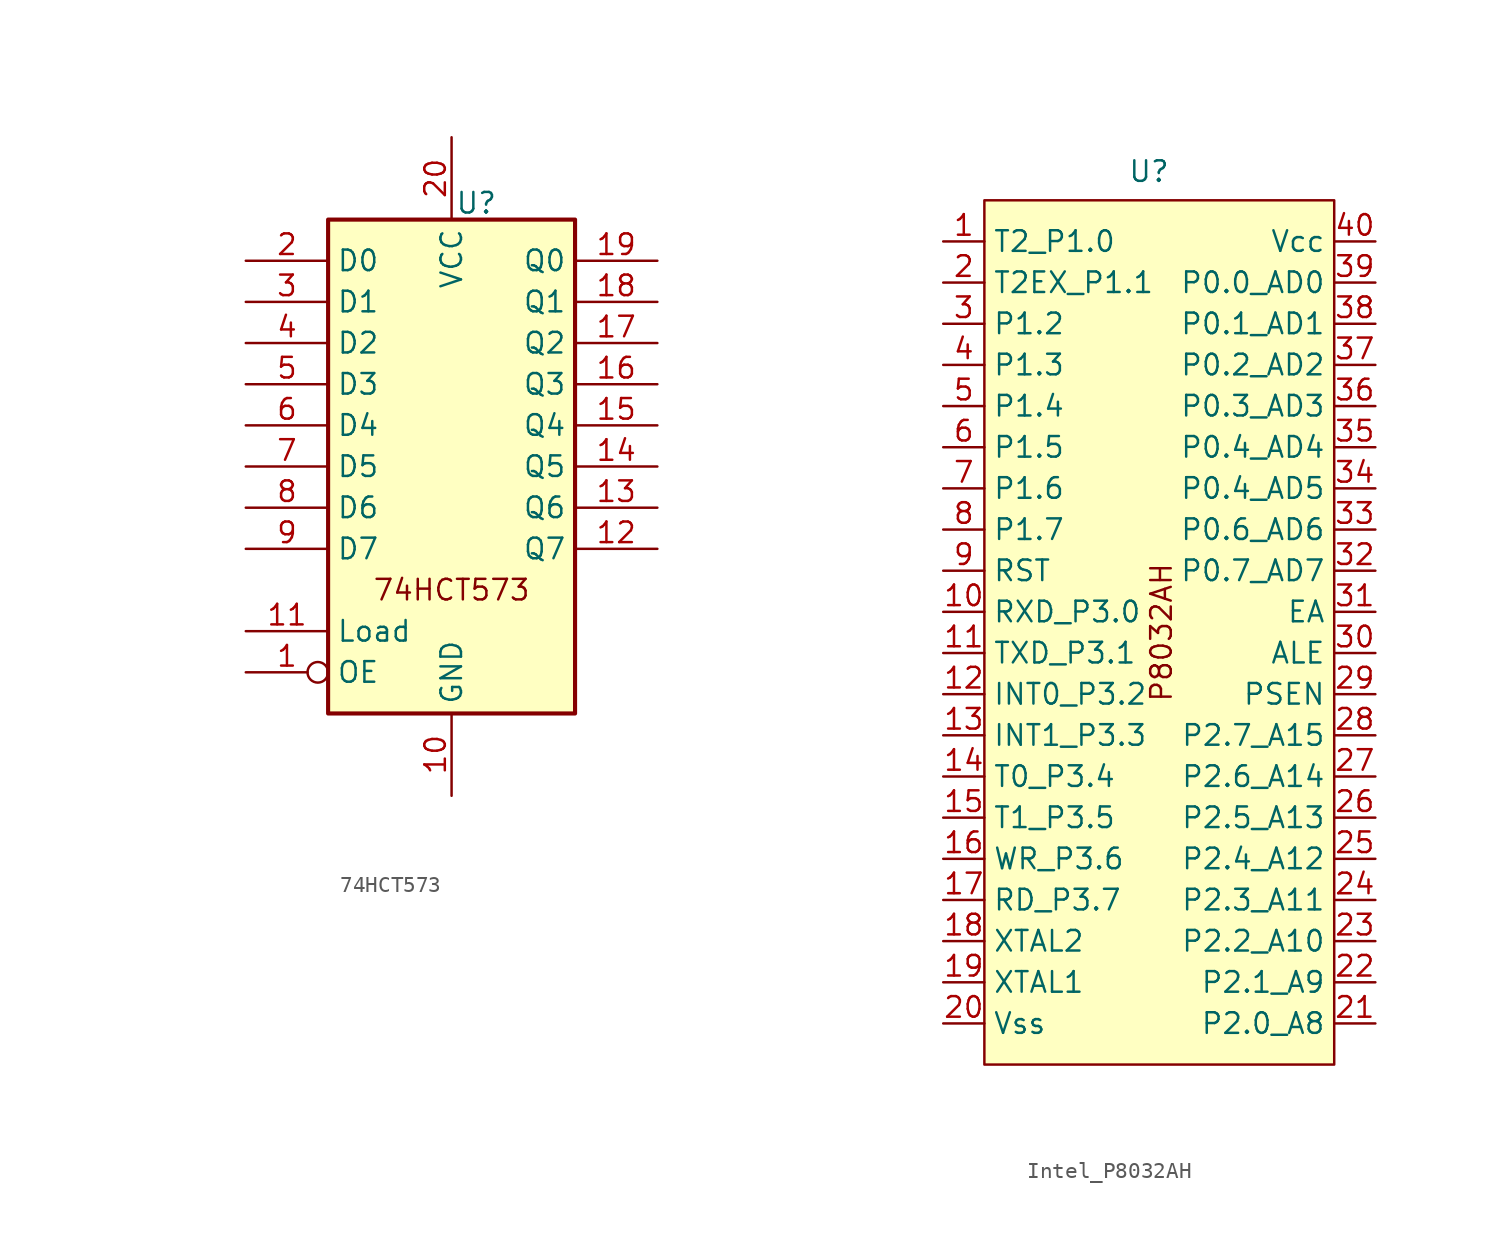
<source format=kicad_sym>
(kicad_symbol_lib
  (version 20231120)
  (generator "kicad_symbol_editor")
  (generator_version "8.0")
  (symbol "74HCT573"
    (property "Reference" "U"
      (at 1.524 16.256 0)
      (effects (font (size 1.27 1.27))))
    (property "Value" ""
      (at -20.32 11.43 0)
      (effects (font (size 1.27 1.27))))
    (symbol "74HCT573_1_0"
      (pin input inverted (at -12.7 -12.7 0) (length 5.08) (name "OE" (effects (font (size 1.27 1.27)))) (number "1" (effects (font (size 1.27 1.27)))))
      (pin power_in line (at 0 -20.32 90) (length 5.08) (name "GND" (effects (font (size 1.27 1.27)))) (number "10" (effects (font (size 1.27 1.27)))))
      (pin input line (at -12.7 -10.16 0) (length 5.08) (name "Load" (effects (font (size 1.27 1.27)))) (number "11" (effects (font (size 1.27 1.27)))))
      (pin tri_state line (at 12.7 -5.08 180) (length 5.08) (name "Q7" (effects (font (size 1.27 1.27)))) (number "12" (effects (font (size 1.27 1.27)))))
      (pin tri_state line (at 12.7 -2.54 180) (length 5.08) (name "Q6" (effects (font (size 1.27 1.27)))) (number "13" (effects (font (size 1.27 1.27)))))
      (pin tri_state line (at 12.7 0 180) (length 5.08) (name "Q5" (effects (font (size 1.27 1.27)))) (number "14" (effects (font (size 1.27 1.27)))))
      (pin tri_state line (at 12.7 2.54 180) (length 5.08) (name "Q4" (effects (font (size 1.27 1.27)))) (number "15" (effects (font (size 1.27 1.27)))))
      (pin tri_state line (at 12.7 5.08 180) (length 5.08) (name "Q3" (effects (font (size 1.27 1.27)))) (number "16" (effects (font (size 1.27 1.27)))))
      (pin tri_state line (at 12.7 7.62 180) (length 5.08) (name "Q2" (effects (font (size 1.27 1.27)))) (number "17" (effects (font (size 1.27 1.27)))))
      (pin tri_state line (at 12.7 10.16 180) (length 5.08) (name "Q1" (effects (font (size 1.27 1.27)))) (number "18" (effects (font (size 1.27 1.27)))))
      (pin tri_state line (at 12.7 12.7 180) (length 5.08) (name "Q0" (effects (font (size 1.27 1.27)))) (number "19" (effects (font (size 1.27 1.27)))))
      (pin input line (at -12.7 12.7 0) (length 5.08) (name "D0" (effects (font (size 1.27 1.27)))) (number "2" (effects (font (size 1.27 1.27)))))
      (pin power_in line (at 0 20.32 270) (length 5.08) (name "VCC" (effects (font (size 1.27 1.27)))) (number "20" (effects (font (size 1.27 1.27)))))
      (pin input line (at -12.7 10.16 0) (length 5.08) (name "D1" (effects (font (size 1.27 1.27)))) (number "3" (effects (font (size 1.27 1.27)))))
      (pin input line (at -12.7 7.62 0) (length 5.08) (name "D2" (effects (font (size 1.27 1.27)))) (number "4" (effects (font (size 1.27 1.27)))))
      (pin input line (at -12.7 5.08 0) (length 5.08) (name "D3" (effects (font (size 1.27 1.27)))) (number "5" (effects (font (size 1.27 1.27)))))
      (pin input line (at -12.7 2.54 0) (length 5.08) (name "D4" (effects (font (size 1.27 1.27)))) (number "6" (effects (font (size 1.27 1.27)))))
      (pin input line (at -12.7 0 0) (length 5.08) (name "D5" (effects (font (size 1.27 1.27)))) (number "7" (effects (font (size 1.27 1.27)))))
      (pin input line (at -12.7 -2.54 0) (length 5.08) (name "D6" (effects (font (size 1.27 1.27)))) (number "8" (effects (font (size 1.27 1.27)))))
      (pin input line (at -12.7 -5.08 0) (length 5.08) (name "D7" (effects (font (size 1.27 1.27)))) (number "9" (effects (font (size 1.27 1.27))))))
    (symbol "74HCT573_1_1"
      (rectangle (start -7.62 15.24) (end 7.62 -15.24) (stroke (width 0.254) (type default)) (fill (type background)))
      (text "74HCT573" (at 0 -7.62 0) (effects (font (size 1.27 1.27))))))
  (symbol "Intel_P8032AH"
    (property "Reference" "U"
      (at 0 28.448 0)
      (effects (font (size 1.27 1.27))))
    (property "Value" ""
      (at -19.05 22.86 0)
      (effects (font (size 1.27 1.27))))
    (symbol "Intel_P8032AH_1_1"
      (rectangle (start -10.16 26.67) (end 11.43 -26.67) (stroke (width 0) (type default)) (fill (type background)))
      (text "P8032AH" (at 0.762 0 900) (effects (font (size 1.27 1.27))))
      (pin bidirectional line (at -12.7 24.13 0) (length 2.54) (name "T2_P1.0" (effects (font (size 1.27 1.27)))) (number "1" (effects (font (size 1.27 1.27)))))
      (pin bidirectional line (at -12.7 1.27 0) (length 2.54) (name "RXD_P3.0" (effects (font (size 1.27 1.27)))) (number "10" (effects (font (size 1.27 1.27)))))
      (pin bidirectional line (at -12.7 -1.27 0) (length 2.54) (name "TXD_P3.1" (effects (font (size 1.27 1.27)))) (number "11" (effects (font (size 1.27 1.27)))))
      (pin bidirectional line (at -12.7 -3.81 0) (length 2.54) (name "INT0_P3.2" (effects (font (size 1.27 1.27)))) (number "12" (effects (font (size 1.27 1.27)))))
      (pin bidirectional line (at -12.7 -6.35 0) (length 2.54) (name "INT1_P3.3" (effects (font (size 1.27 1.27)))) (number "13" (effects (font (size 1.27 1.27)))))
      (pin bidirectional line (at -12.7 -8.89 0) (length 2.54) (name "T0_P3.4" (effects (font (size 1.27 1.27)))) (number "14" (effects (font (size 1.27 1.27)))))
      (pin bidirectional line (at -12.7 -11.43 0) (length 2.54) (name "T1_P3.5" (effects (font (size 1.27 1.27)))) (number "15" (effects (font (size 1.27 1.27)))))
      (pin bidirectional line (at -12.7 -13.97 0) (length 2.54) (name "WR_P3.6" (effects (font (size 1.27 1.27)))) (number "16" (effects (font (size 1.27 1.27)))))
      (pin bidirectional line (at -12.7 -16.51 0) (length 2.54) (name "RD_P3.7" (effects (font (size 1.27 1.27)))) (number "17" (effects (font (size 1.27 1.27)))))
      (pin output line (at -12.7 -19.05 0) (length 2.54) (name "XTAL2" (effects (font (size 1.27 1.27)))) (number "18" (effects (font (size 1.27 1.27)))))
      (pin input line (at -12.7 -21.59 0) (length 2.54) (name "XTAL1" (effects (font (size 1.27 1.27)))) (number "19" (effects (font (size 1.27 1.27)))))
      (pin bidirectional line (at -12.7 21.59 0) (length 2.54) (name "T2EX_P1.1" (effects (font (size 1.27 1.27)))) (number "2" (effects (font (size 1.27 1.27)))))
      (pin power_in line (at -12.7 -24.13 0) (length 2.54) (name "Vss" (effects (font (size 1.27 1.27)))) (number "20" (effects (font (size 1.27 1.27)))))
      (pin bidirectional line (at 13.97 -24.13 180) (length 2.54) (name "P2.0_A8" (effects (font (size 1.27 1.27)))) (number "21" (effects (font (size 1.27 1.27)))))
      (pin bidirectional line (at 13.97 -21.59 180) (length 2.54) (name "P2.1_A9" (effects (font (size 1.27 1.27)))) (number "22" (effects (font (size 1.27 1.27)))))
      (pin bidirectional line (at 13.97 -19.05 180) (length 2.54) (name "P2.2_A10" (effects (font (size 1.27 1.27)))) (number "23" (effects (font (size 1.27 1.27)))))
      (pin bidirectional line (at 13.97 -16.51 180) (length 2.54) (name "P2.3_A11" (effects (font (size 1.27 1.27)))) (number "24" (effects (font (size 1.27 1.27)))))
      (pin bidirectional line (at 13.97 -13.97 180) (length 2.54) (name "P2.4_A12" (effects (font (size 1.27 1.27)))) (number "25" (effects (font (size 1.27 1.27)))))
      (pin bidirectional line (at 13.97 -11.43 180) (length 2.54) (name "P2.5_A13" (effects (font (size 1.27 1.27)))) (number "26" (effects (font (size 1.27 1.27)))))
      (pin bidirectional line (at 13.97 -8.89 180) (length 2.54) (name "P2.6_A14" (effects (font (size 1.27 1.27)))) (number "27" (effects (font (size 1.27 1.27)))))
      (pin bidirectional line (at 13.97 -6.35 180) (length 2.54) (name "P2.7_A15" (effects (font (size 1.27 1.27)))) (number "28" (effects (font (size 1.27 1.27)))))
      (pin output line (at 13.97 -3.81 180) (length 2.54) (name "PSEN" (effects (font (size 1.27 1.27)))) (number "29" (effects (font (size 1.27 1.27)))))
      (pin bidirectional line (at -12.7 19.05 0) (length 2.54) (name "P1.2" (effects (font (size 1.27 1.27)))) (number "3" (effects (font (size 1.27 1.27)))))
      (pin output line (at 13.97 -1.27 180) (length 2.54) (name "ALE" (effects (font (size 1.27 1.27)))) (number "30" (effects (font (size 1.27 1.27)))))
      (pin input line (at 13.97 1.27 180) (length 2.54) (name "EA" (effects (font (size 1.27 1.27)))) (number "31" (effects (font (size 1.27 1.27)))))
      (pin bidirectional line (at 13.97 3.81 180) (length 2.54) (name "P0.7_AD7" (effects (font (size 1.27 1.27)))) (number "32" (effects (font (size 1.27 1.27)))))
      (pin bidirectional line (at 13.97 6.35 180) (length 2.54) (name "P0.6_AD6" (effects (font (size 1.27 1.27)))) (number "33" (effects (font (size 1.27 1.27)))))
      (pin bidirectional line (at 13.97 8.89 180) (length 2.54) (name "P0.4_AD5" (effects (font (size 1.27 1.27)))) (number "34" (effects (font (size 1.27 1.27)))))
      (pin bidirectional line (at 13.97 11.43 180) (length 2.54) (name "P0.4_AD4" (effects (font (size 1.27 1.27)))) (number "35" (effects (font (size 1.27 1.27)))))
      (pin bidirectional line (at 13.97 13.97 180) (length 2.54) (name "P0.3_AD3" (effects (font (size 1.27 1.27)))) (number "36" (effects (font (size 1.27 1.27)))))
      (pin bidirectional line (at 13.97 16.51 180) (length 2.54) (name "P0.2_AD2" (effects (font (size 1.27 1.27)))) (number "37" (effects (font (size 1.27 1.27)))))
      (pin bidirectional line (at 13.97 19.05 180) (length 2.54) (name "P0.1_AD1" (effects (font (size 1.27 1.27)))) (number "38" (effects (font (size 1.27 1.27)))))
      (pin bidirectional line (at 13.97 21.59 180) (length 2.54) (name "P0.0_AD0" (effects (font (size 1.27 1.27)))) (number "39" (effects (font (size 1.27 1.27)))))
      (pin bidirectional line (at -12.7 16.51 0) (length 2.54) (name "P1.3" (effects (font (size 1.27 1.27)))) (number "4" (effects (font (size 1.27 1.27)))))
      (pin power_in line (at 13.97 24.13 180) (length 2.54) (name "Vcc" (effects (font (size 1.27 1.27)))) (number "40" (effects (font (size 1.27 1.27)))))
      (pin bidirectional line (at -12.7 13.97 0) (length 2.54) (name "P1.4" (effects (font (size 1.27 1.27)))) (number "5" (effects (font (size 1.27 1.27)))))
      (pin bidirectional line (at -12.7 11.43 0) (length 2.54) (name "P1.5" (effects (font (size 1.27 1.27)))) (number "6" (effects (font (size 1.27 1.27)))))
      (pin bidirectional line (at -12.7 8.89 0) (length 2.54) (name "P1.6" (effects (font (size 1.27 1.27)))) (number "7" (effects (font (size 1.27 1.27)))))
      (pin bidirectional line (at -12.7 6.35 0) (length 2.54) (name "P1.7" (effects (font (size 1.27 1.27)))) (number "8" (effects (font (size 1.27 1.27)))))
      (pin input line (at -12.7 3.81 0) (length 2.54) (name "RST" (effects (font (size 1.27 1.27)))) (number "9" (effects (font (size 1.27 1.27))))))))
</source>
